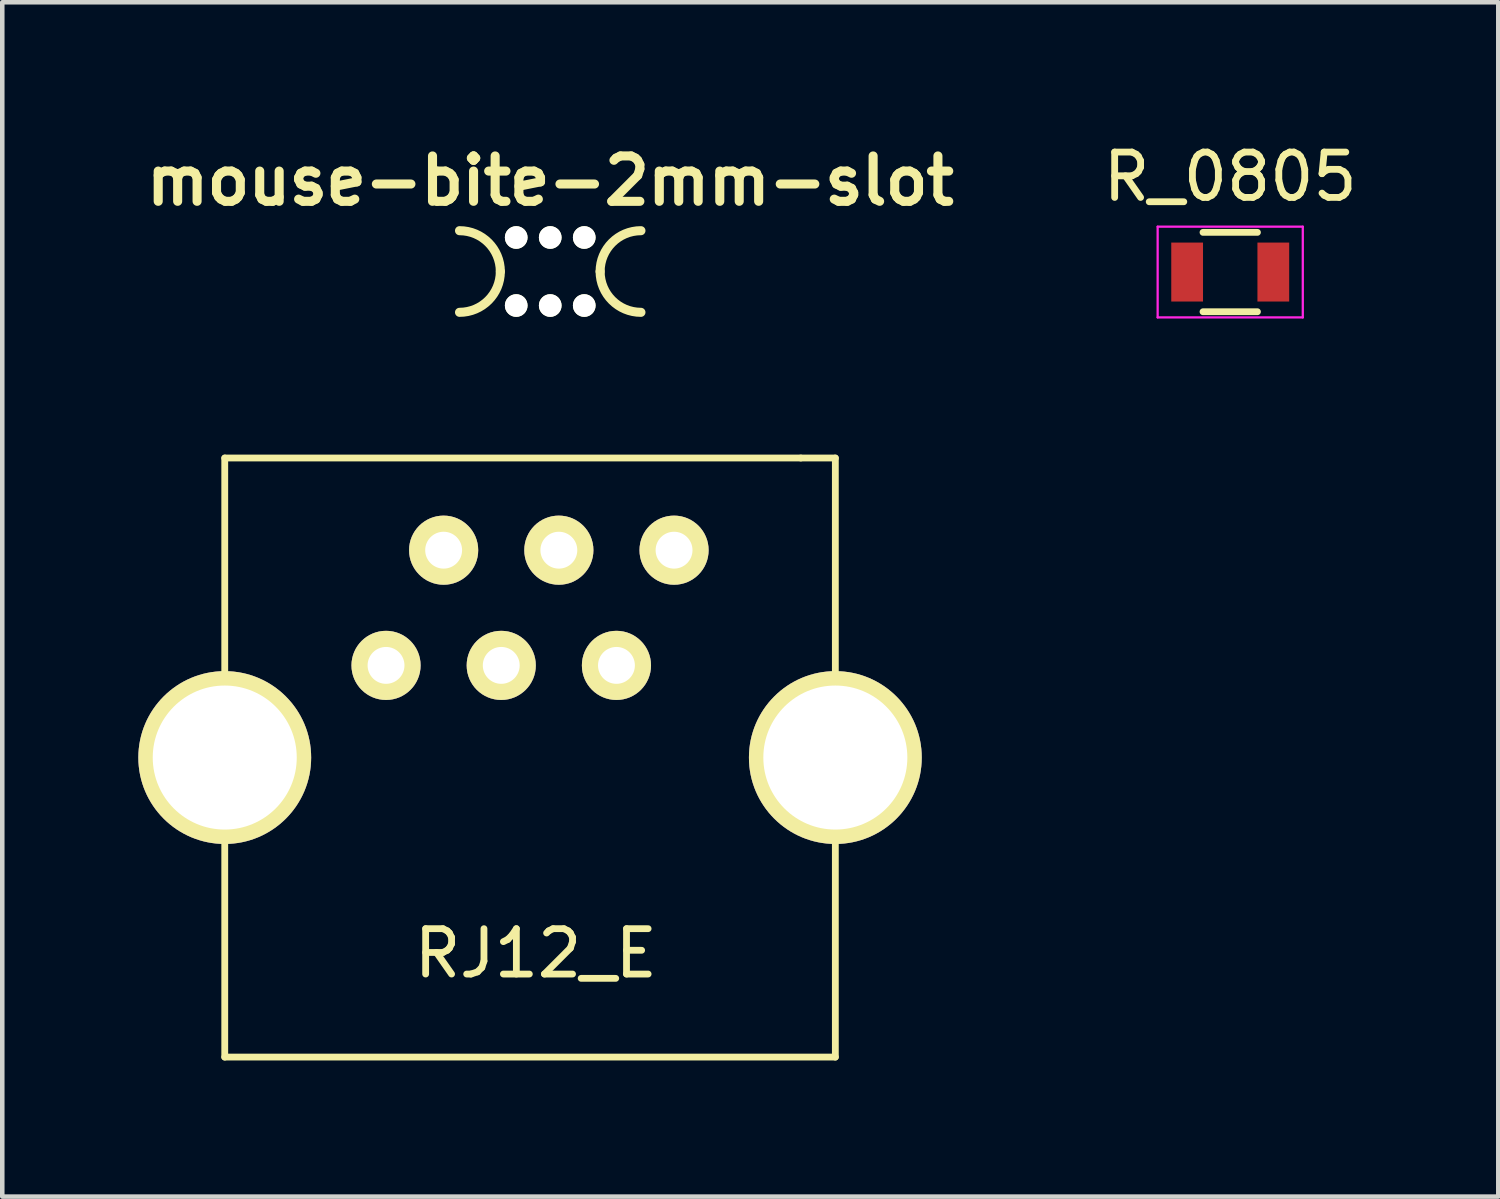
<source format=kicad_pcb>
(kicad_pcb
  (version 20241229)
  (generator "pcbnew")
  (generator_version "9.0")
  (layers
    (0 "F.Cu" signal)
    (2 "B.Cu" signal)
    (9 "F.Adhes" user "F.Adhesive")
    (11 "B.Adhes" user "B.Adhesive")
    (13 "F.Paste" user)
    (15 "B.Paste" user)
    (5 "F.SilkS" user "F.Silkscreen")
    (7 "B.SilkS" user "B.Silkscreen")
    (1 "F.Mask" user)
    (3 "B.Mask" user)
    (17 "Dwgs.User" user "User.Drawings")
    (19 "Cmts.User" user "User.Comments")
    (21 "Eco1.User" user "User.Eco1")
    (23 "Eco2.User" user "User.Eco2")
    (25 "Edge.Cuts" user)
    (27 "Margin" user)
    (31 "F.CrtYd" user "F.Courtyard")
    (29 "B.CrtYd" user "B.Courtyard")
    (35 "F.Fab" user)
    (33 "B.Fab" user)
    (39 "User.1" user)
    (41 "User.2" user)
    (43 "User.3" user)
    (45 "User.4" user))
  (footprint "mouse-bite-2mm-slot"
    (layer "F.Cu")
    (at 9.081 2.936)
    (property "Reference" "mouse-bite-2mm-slot" (at 0 -2 0) (layer "F.SilkS") (effects (font (size 1 1) (thickness 0.2))))
    (attr through_hole)
    (fp_arc (start -2 -0.9) (mid -1.363604 -0.636396) (end -1.1 0) (stroke (width 0.2) (type solid)) (layer "F.SilkS"))
    (fp_arc (start -1.1 0) (mid -1.363604 0.636396) (end -2 0.9) (stroke (width 0.2) (type solid)) (layer "F.SilkS"))
    (fp_arc (start 1.1 0) (mid 1.363604 -0.636396) (end 2 -0.9) (stroke (width 0.2) (type solid)) (layer "F.SilkS"))
    (fp_arc (start 2 0.9) (mid 1.363604 0.636396) (end 1.1 0) (stroke (width 0.2) (type solid)) (layer "F.SilkS"))
    (fp_line (start -2 0) (end -2 0) (stroke (width 2) (type solid)) (layer "Eco1.User"))
    (fp_line (start 2 0) (end 2 0) (stroke (width 2) (type solid)) (layer "Eco1.User"))
    (pad "" np_thru_hole circle (at -0.75 -0.75) (size 0.5 0.5) (drill 0.5) (layers "*.Cu" "*.Mask" "F.SilkS"))
    (pad "" np_thru_hole circle (at -0.75 0.75) (size 0.5 0.5) (drill 0.5) (layers "*.Cu" "*.Mask" "F.SilkS"))
    (pad "" np_thru_hole circle (at 0 -0.75) (size 0.5 0.5) (drill 0.5) (layers "*.Cu" "*.Mask" "F.SilkS"))
    (pad "" np_thru_hole circle (at 0 0.75) (size 0.5 0.5) (drill 0.5) (layers "*.Cu" "*.Mask" "F.SilkS"))
    (pad "" np_thru_hole circle (at 0.75 -0.75) (size 0.5 0.5) (drill 0.5) (layers "*.Cu" "*.Mask" "F.SilkS"))
    (pad "" np_thru_hole circle (at 0.75 0.75) (size 0.5 0.5) (drill 0.5) (layers "*.Cu" "*.Mask" "F.SilkS")))
  (footprint "R_0805"
    (layer "F.Cu")
    (at 24.073 2.948)
    (property "Reference" "R_0805" (at 0 -2.1 0) (layer "F.SilkS") (effects (font (size 1 1) (thickness 0.15))))
    (attr smd)
    (fp_line (start -0.6 -0.875) (end 0.6 -0.875) (stroke (width 0.15) (type solid)) (layer "F.SilkS"))
    (fp_line (start 0.6 0.875) (end -0.6 0.875) (stroke (width 0.15) (type solid)) (layer "F.SilkS"))
    (fp_line (start -1.6 -1) (end -1.6 1) (stroke (width 0.05) (type solid)) (layer "F.CrtYd"))
    (fp_line (start -1.6 -1) (end 1.6 -1) (stroke (width 0.05) (type solid)) (layer "F.CrtYd"))
    (fp_line (start -1.6 1) (end 1.6 1) (stroke (width 0.05) (type solid)) (layer "F.CrtYd"))
    (fp_line (start 1.6 -1) (end 1.6 1) (stroke (width 0.05) (type solid)) (layer "F.CrtYd"))
    (pad "1" smd rect (at -0.95 0) (size 0.7 1.3) (layers "F.Cu" "F.Mask" "F.Paste"))
    (pad "2" smd rect (at 0.95 0) (size 0.7 1.3) (layers "F.Cu" "F.Mask" "F.Paste")))
  (footprint "RJ12_E"
    (layer "F.Cu")
    (at 8.763 17.97)
    (property "Reference" "RJ12_E" (at 0 0 0) (layer "F.SilkS") (effects (font (size 1 1) (thickness 0.15))))
    (attr through_hole)
    (fp_line (start -6.858 -10.922) (end -6.858 2.286) (stroke (width 0.15) (type solid)) (layer "F.SilkS"))
    (fp_line (start -6.858 -10.922) (end 5.842 -10.922) (stroke (width 0.15) (type solid)) (layer "F.SilkS"))
    (fp_line (start -6.858 2.286) (end 6.604 2.286) (stroke (width 0.15) (type solid)) (layer "F.SilkS"))
    (fp_line (start 5.842 -10.922) (end 6.604 -10.922) (stroke (width 0.15) (type solid)) (layer "F.SilkS"))
    (fp_line (start 6.604 -10.922) (end 6.604 2.286) (stroke (width 0.15) (type solid)) (layer "F.SilkS"))
    (pad "1" thru_hole circle (at -3.302 -6.35) (size 1.524 1.524) (drill 0.813) (layers "*.Cu" "*.Mask" "F.SilkS"))
    (pad "2" thru_hole circle (at -2.032 -8.89) (size 1.524 1.524) (drill 0.813) (layers "*.Cu" "*.Mask" "F.SilkS"))
    (pad "3" thru_hole circle (at -0.762 -6.35) (size 1.524 1.524) (drill 0.813) (layers "*.Cu" "*.Mask" "F.SilkS"))
    (pad "4" thru_hole circle (at 0.508 -8.89) (size 1.524 1.524) (drill 0.813) (layers "*.Cu" "*.Mask" "F.SilkS"))
    (pad "5" thru_hole circle (at 1.778 -6.35) (size 1.524 1.524) (drill 0.813) (layers "*.Cu" "*.Mask" "F.SilkS"))
    (pad "6" thru_hole circle (at 3.048 -8.89) (size 1.524 1.524) (drill 0.813) (layers "*.Cu" "*.Mask" "F.SilkS"))
    (pad "7" thru_hole circle (at -6.858 -4.318) (size 3.81 3.81) (drill 3.175) (layers "*.Cu" "*.Mask" "F.SilkS"))
    (pad "8" thru_hole circle (at 6.604 -4.318) (size 3.81 3.81) (drill 3.175) (layers "*.Cu" "*.Mask" "F.SilkS")))
  (gr_rect
    (start -3 -3)
    (end 29.983 23.331)
    (stroke (width 0.1) (type default))
    (fill no)
    (layer "Edge.Cuts")))
</source>
